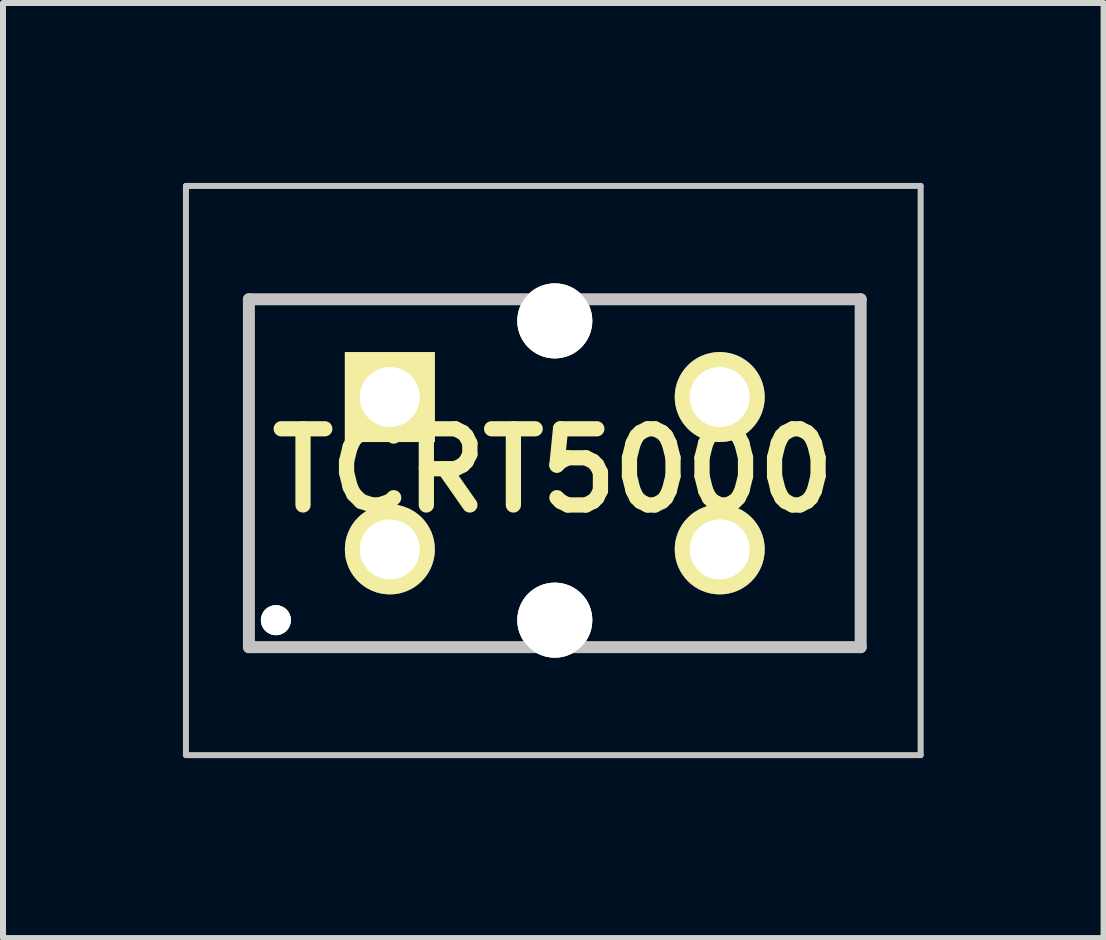
<source format=kicad_pcb>
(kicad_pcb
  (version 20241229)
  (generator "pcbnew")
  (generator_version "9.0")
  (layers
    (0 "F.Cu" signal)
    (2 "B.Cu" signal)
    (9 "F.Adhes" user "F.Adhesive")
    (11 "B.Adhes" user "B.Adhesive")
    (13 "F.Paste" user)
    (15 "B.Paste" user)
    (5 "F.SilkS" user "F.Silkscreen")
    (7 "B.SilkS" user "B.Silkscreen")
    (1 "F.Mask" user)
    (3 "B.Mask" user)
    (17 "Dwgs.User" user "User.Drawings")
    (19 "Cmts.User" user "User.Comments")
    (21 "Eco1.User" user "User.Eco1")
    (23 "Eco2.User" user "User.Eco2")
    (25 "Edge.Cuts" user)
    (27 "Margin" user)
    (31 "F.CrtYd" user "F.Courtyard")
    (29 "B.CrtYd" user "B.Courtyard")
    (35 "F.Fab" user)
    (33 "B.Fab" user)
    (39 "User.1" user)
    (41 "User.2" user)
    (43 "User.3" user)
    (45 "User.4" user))
  (footprint "TCRT5000"
    (layer "F.Cu")
    (at 6.2 4.84)
    (property "Reference" "TCRT5000" (at -0.025 -0.045 0) (layer "F.SilkS") (effects (font (size 1.27 1.27) (thickness 0.254))))
    (attr through_hole)
    (fp_line (start -5.1 -2.9) (end -5.1 1.525) (stroke (width 0.1) (type solid)) (layer "F.SilkS"))
    (fp_line (start -5.1 -2.9) (end -1.5 -2.9) (stroke (width 0.1) (type solid)) (layer "F.SilkS"))
    (fp_line (start -4 2.9) (end -1.5 2.9) (stroke (width 0.1) (type solid)) (layer "F.SilkS"))
    (fp_line (start 5.1 -2.9) (end 1.5 -2.9) (stroke (width 0.1) (type solid)) (layer "F.SilkS"))
    (fp_line (start 5.1 -2.9) (end 5.1 2.9) (stroke (width 0.1) (type solid)) (layer "F.SilkS"))
    (fp_line (start 5.1 2.9) (end 1.5 2.9) (stroke (width 0.1) (type solid)) (layer "F.SilkS"))
    (fp_line (start -6.15 -4.79) (end 6.1 -4.79) (stroke (width 0.1) (type solid)) (layer "Dwgs.User"))
    (fp_line (start -6.15 4.7) (end -6.15 -4.79) (stroke (width 0.1) (type solid)) (layer "Dwgs.User"))
    (fp_line (start -5.1 -2.9) (end 5.1 -2.9) (stroke (width 0.2) (type solid)) (layer "Dwgs.User"))
    (fp_line (start -5.1 2.9) (end -5.1 -2.9) (stroke (width 0.2) (type solid)) (layer "Dwgs.User"))
    (fp_line (start 5.1 -2.9) (end 5.1 2.9) (stroke (width 0.2) (type solid)) (layer "Dwgs.User"))
    (fp_line (start 5.1 2.9) (end -5.1 2.9) (stroke (width 0.2) (type solid)) (layer "Dwgs.User"))
    (fp_line (start 6.1 -4.79) (end 6.1 4.7) (stroke (width 0.1) (type solid)) (layer "Dwgs.User"))
    (fp_line (start 6.1 4.7) (end -6.15 4.7) (stroke (width 0.1) (type solid)) (layer "Dwgs.User"))
    (pad "1" thru_hole rect (at -2.75 -1.27 90) (size 1.5 1.5) (drill 1) (layers "*.Cu" "*.Mask" "F.SilkS"))
    (pad "2" thru_hole circle (at -2.75 1.27 90) (size 1.5 1.5) (drill 1) (layers "*.Cu" "*.Mask" "F.SilkS"))
    (pad "3" thru_hole circle (at 2.75 1.27 90) (size 1.5 1.5) (drill 1) (layers "*.Cu" "*.Mask" "F.SilkS"))
    (pad "4" thru_hole circle (at 2.75 -1.27 90) (size 1.5 1.5) (drill 1) (layers "*.Cu" "*.Mask" "F.SilkS"))
    (pad "MH1" thru_hole circle (at -4.65 2.45 90) (size 0.5 0.5) (drill 1) (layers "*.Cu" "*.Mask" "F.SilkS"))
    (pad "MH2" thru_hole circle (at 0 2.45 90) (size 1.25 1.25) (drill 2.5) (layers "*.Cu" "*.Mask" "F.SilkS"))
    (pad "MH3" thru_hole circle (at 0 -2.54 90) (size 1.25 1.25) (drill 2.5) (layers "*.Cu" "*.Mask" "F.SilkS")))
  (gr_rect
    (start -3 -3)
    (end 15.35 12.59)
    (stroke (width 0.1) (type default))
    (fill no)
    (layer "Edge.Cuts")))
</source>
